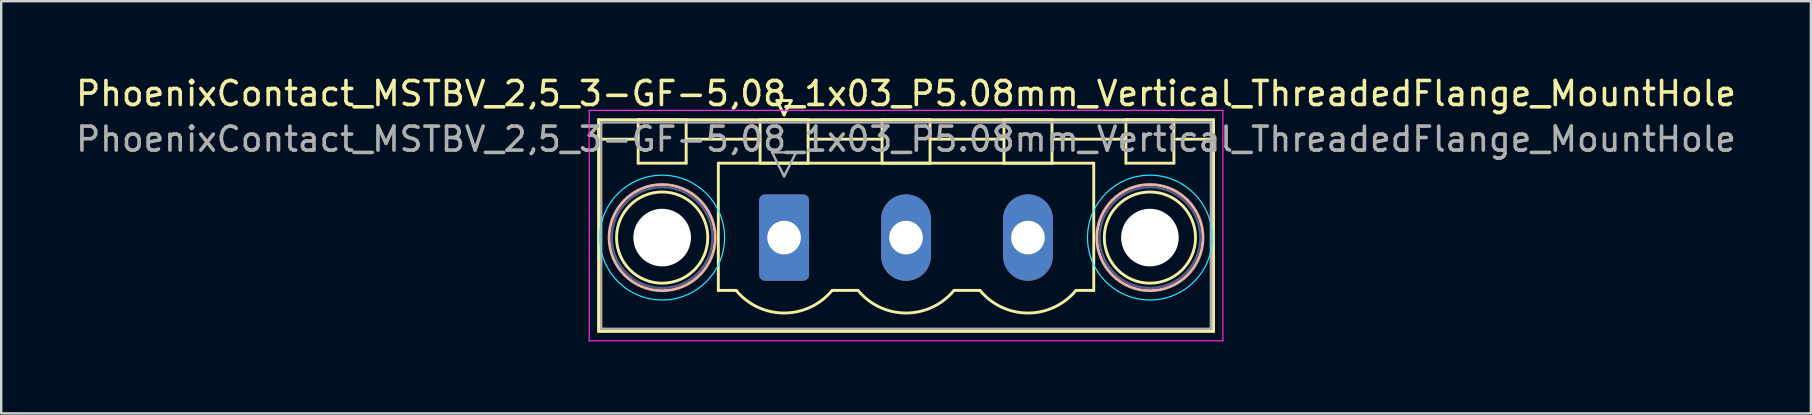
<source format=kicad_pcb>
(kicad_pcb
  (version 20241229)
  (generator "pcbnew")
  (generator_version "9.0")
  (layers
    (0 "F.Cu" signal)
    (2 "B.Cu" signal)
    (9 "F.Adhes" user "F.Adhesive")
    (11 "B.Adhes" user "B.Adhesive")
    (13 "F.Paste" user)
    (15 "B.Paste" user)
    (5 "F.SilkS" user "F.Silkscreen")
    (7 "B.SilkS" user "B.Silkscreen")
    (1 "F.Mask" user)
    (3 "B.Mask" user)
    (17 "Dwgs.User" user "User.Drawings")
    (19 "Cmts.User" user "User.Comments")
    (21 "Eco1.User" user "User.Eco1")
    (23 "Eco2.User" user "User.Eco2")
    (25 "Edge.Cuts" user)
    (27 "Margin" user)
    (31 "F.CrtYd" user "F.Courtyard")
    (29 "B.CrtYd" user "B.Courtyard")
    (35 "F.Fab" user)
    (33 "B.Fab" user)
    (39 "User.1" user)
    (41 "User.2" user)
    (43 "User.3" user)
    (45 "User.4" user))
  (footprint "PhoenixContact_MSTBV_2,5_3-GF-5,08_1x03_P5.08mm_Vertical_ThreadedFlange_MountHole"
    (layer "F.Cu")
    (at 29.616 6.848)
    (property "Reference" "PhoenixContact_MSTBV_2,5_3-GF-5,08_1x03_P5.08mm_Vertical_ThreadedFlange_MountHole" (at 5.08 -6 0) (layer "F.SilkS") (effects (font (size 1 1) (thickness 0.15))))
    (attr through_hole)
    (fp_line (start -7.73 -4.91) (end -7.73 3.91) (stroke (width 0.12) (type solid)) (layer "F.SilkS"))
    (fp_line (start -7.73 -4.1) (end -6.19 -4.1) (stroke (width 0.12) (type solid)) (layer "F.SilkS"))
    (fp_line (start -7.73 3.91) (end 17.89 3.91) (stroke (width 0.12) (type solid)) (layer "F.SilkS"))
    (fp_line (start -6.08 -4.91) (end -4.08 -4.91) (stroke (width 0.12) (type solid)) (layer "F.SilkS"))
    (fp_line (start -6.08 -3.1) (end -6.08 -4.91) (stroke (width 0.12) (type solid)) (layer "F.SilkS"))
    (fp_line (start -4.08 -4.91) (end -4.08 -3.1) (stroke (width 0.12) (type solid)) (layer "F.SilkS"))
    (fp_line (start -4.08 -4.1) (end -1 -4.1) (stroke (width 0.12) (type solid)) (layer "F.SilkS"))
    (fp_line (start -4.08 -3.1) (end -6.08 -3.1) (stroke (width 0.12) (type solid)) (layer "F.SilkS"))
    (fp_line (start -2.74 -3.1) (end 12.9 -3.1) (stroke (width 0.12) (type solid)) (layer "F.SilkS"))
    (fp_line (start -2.74 2.2) (end -2.74 -3.1) (stroke (width 0.12) (type solid)) (layer "F.SilkS"))
    (fp_line (start -2 2.2) (end -2.74 2.2) (stroke (width 0.12) (type solid)) (layer "F.SilkS"))
    (fp_line (start -1 -4.91) (end 1 -4.91) (stroke (width 0.12) (type solid)) (layer "F.SilkS"))
    (fp_line (start -1 -3.1) (end -1 -4.91) (stroke (width 0.12) (type solid)) (layer "F.SilkS"))
    (fp_line (start -0.3 -5.71) (end 0.3 -5.71) (stroke (width 0.12) (type solid)) (layer "F.SilkS"))
    (fp_line (start 0 -5.11) (end -0.3 -5.71) (stroke (width 0.12) (type solid)) (layer "F.SilkS"))
    (fp_line (start 0.3 -5.71) (end 0 -5.11) (stroke (width 0.12) (type solid)) (layer "F.SilkS"))
    (fp_line (start 1 -4.91) (end 1 -3.1) (stroke (width 0.12) (type solid)) (layer "F.SilkS"))
    (fp_line (start 1 -4.1) (end 4.08 -4.1) (stroke (width 0.12) (type solid)) (layer "F.SilkS"))
    (fp_line (start 1 -3.1) (end -1 -3.1) (stroke (width 0.12) (type solid)) (layer "F.SilkS"))
    (fp_line (start 2 2.2) (end 3.08 2.2) (stroke (width 0.12) (type solid)) (layer "F.SilkS"))
    (fp_line (start 4.08 -4.91) (end 6.08 -4.91) (stroke (width 0.12) (type solid)) (layer "F.SilkS"))
    (fp_line (start 4.08 -3.1) (end 4.08 -4.91) (stroke (width 0.12) (type solid)) (layer "F.SilkS"))
    (fp_line (start 6.08 -4.91) (end 6.08 -3.1) (stroke (width 0.12) (type solid)) (layer "F.SilkS"))
    (fp_line (start 6.08 -4.1) (end 9.16 -4.1) (stroke (width 0.12) (type solid)) (layer "F.SilkS"))
    (fp_line (start 6.08 -3.1) (end 4.08 -3.1) (stroke (width 0.12) (type solid)) (layer "F.SilkS"))
    (fp_line (start 7.08 2.2) (end 8.16 2.2) (stroke (width 0.12) (type solid)) (layer "F.SilkS"))
    (fp_line (start 9.16 -4.91) (end 11.16 -4.91) (stroke (width 0.12) (type solid)) (layer "F.SilkS"))
    (fp_line (start 9.16 -3.1) (end 9.16 -4.91) (stroke (width 0.12) (type solid)) (layer "F.SilkS"))
    (fp_line (start 11.16 -4.91) (end 11.16 -3.1) (stroke (width 0.12) (type solid)) (layer "F.SilkS"))
    (fp_line (start 11.16 -4.1) (end 14.24 -4.1) (stroke (width 0.12) (type solid)) (layer "F.SilkS"))
    (fp_line (start 11.16 -3.1) (end 9.16 -3.1) (stroke (width 0.12) (type solid)) (layer "F.SilkS"))
    (fp_line (start 12.9 -3.1) (end 12.9 2.2) (stroke (width 0.12) (type solid)) (layer "F.SilkS"))
    (fp_line (start 12.9 2.2) (end 12.16 2.2) (stroke (width 0.12) (type solid)) (layer "F.SilkS"))
    (fp_line (start 14.24 -4.91) (end 16.24 -4.91) (stroke (width 0.12) (type solid)) (layer "F.SilkS"))
    (fp_line (start 14.24 -3.1) (end 14.24 -4.91) (stroke (width 0.12) (type solid)) (layer "F.SilkS"))
    (fp_line (start 16.24 -4.91) (end 16.24 -3.1) (stroke (width 0.12) (type solid)) (layer "F.SilkS"))
    (fp_line (start 16.24 -3.1) (end 14.24 -3.1) (stroke (width 0.12) (type solid)) (layer "F.SilkS"))
    (fp_line (start 17.89 -4.91) (end -7.73 -4.91) (stroke (width 0.12) (type solid)) (layer "F.SilkS"))
    (fp_line (start 17.89 -4.1) (end 16.35 -4.1) (stroke (width 0.12) (type solid)) (layer "F.SilkS"))
    (fp_line (start 17.89 3.91) (end 17.89 -4.91) (stroke (width 0.12) (type solid)) (layer "F.SilkS"))
    (fp_arc (start 1.986842 2.215821) (mid -0.010289 3.142758) (end -2 2.2) (stroke (width 0.12) (type solid)) (layer "F.SilkS"))
    (fp_arc (start 7.066842 2.215821) (mid 5.069711 3.142758) (end 3.08 2.2) (stroke (width 0.12) (type solid)) (layer "F.SilkS"))
    (fp_arc (start 12.146842 2.215821) (mid 10.149711 3.142758) (end 8.16 2.2) (stroke (width 0.12) (type solid)) (layer "F.SilkS"))
    (fp_circle (center -5.08 0) (end -3.18 0) (stroke (width 0.12) (type solid)) (fill no) (layer "F.SilkS"))
    (fp_circle (center 15.24 0) (end 17.14 0) (stroke (width 0.12) (type solid)) (fill no) (layer "F.SilkS"))
    (fp_circle (center -5.08 0) (end -2.87 0) (stroke (width 0.12) (type solid)) (fill no) (layer "B.SilkS"))
    (fp_circle (center 15.24 0) (end 17.45 0) (stroke (width 0.12) (type solid)) (fill no) (layer "B.SilkS"))
    (fp_circle (center -5.08 0) (end -2.48 0) (stroke (width 0.05) (type solid)) (fill no) (layer "B.CrtYd"))
    (fp_circle (center 15.24 0) (end 17.84 0) (stroke (width 0.05) (type solid)) (fill no) (layer "B.CrtYd"))
    (fp_line (start -8.12 -5.3) (end -8.12 4.3) (stroke (width 0.05) (type solid)) (layer "F.CrtYd"))
    (fp_line (start -8.12 4.3) (end 18.28 4.3) (stroke (width 0.05) (type solid)) (layer "F.CrtYd"))
    (fp_line (start 18.28 -5.3) (end -8.12 -5.3) (stroke (width 0.05) (type solid)) (layer "F.CrtYd"))
    (fp_line (start 18.28 4.3) (end 18.28 -5.3) (stroke (width 0.05) (type solid)) (layer "F.CrtYd"))
    (fp_circle (center -5.08 0) (end -2.98 0) (stroke (width 0.1) (type solid)) (fill no) (layer "B.Fab"))
    (fp_circle (center 15.24 0) (end 17.34 0) (stroke (width 0.1) (type solid)) (fill no) (layer "B.Fab"))
    (fp_line (start -7.62 -4.8) (end -7.62 3.8) (stroke (width 0.1) (type solid)) (layer "F.Fab"))
    (fp_line (start -7.62 3.8) (end 17.78 3.8) (stroke (width 0.1) (type solid)) (layer "F.Fab"))
    (fp_line (start -0.5 -3.55) (end 0.5 -3.55) (stroke (width 0.1) (type solid)) (layer "F.Fab"))
    (fp_line (start 0 -2.55) (end -0.5 -3.55) (stroke (width 0.1) (type solid)) (layer "F.Fab"))
    (fp_line (start 0.5 -3.55) (end 0 -2.55) (stroke (width 0.1) (type solid)) (layer "F.Fab"))
    (fp_line (start 17.78 -4.8) (end -7.62 -4.8) (stroke (width 0.1) (type solid)) (layer "F.Fab"))
    (fp_line (start 17.78 3.8) (end 17.78 -4.8) (stroke (width 0.1) (type solid)) (layer "F.Fab"))
    (fp_text user "${REFERENCE}" (at 5.08 -4.1 0) (layer "F.Fab") (effects (font (size 1 1) (thickness 0.15))))
    (pad "" np_thru_hole circle (at -5.08 0) (size 2.4 2.4) (drill 2.4) (layers "*.Cu" "*.Mask"))
    (pad "" np_thru_hole circle (at 15.24 0) (size 2.4 2.4) (drill 2.4) (layers "*.Cu" "*.Mask"))
    (pad "1" thru_hole roundrect (at 0 0) (size 2.08 3.6) (drill 1.4) (layers "*.Cu" "*.Mask") (roundrect_rratio 0.12))
    (pad "2" thru_hole oval (at 5.08 0) (size 2.08 3.6) (drill 1.4) (layers "*.Cu" "*.Mask"))
    (pad "3" thru_hole oval (at 10.16 0) (size 2.08 3.6) (drill 1.4) (layers "*.Cu" "*.Mask")))
  (gr_rect
    (start -3 -3)
    (end 72.393 14.173)
    (stroke (width 0.1) (type default))
    (fill no)
    (layer "Edge.Cuts")))
</source>
